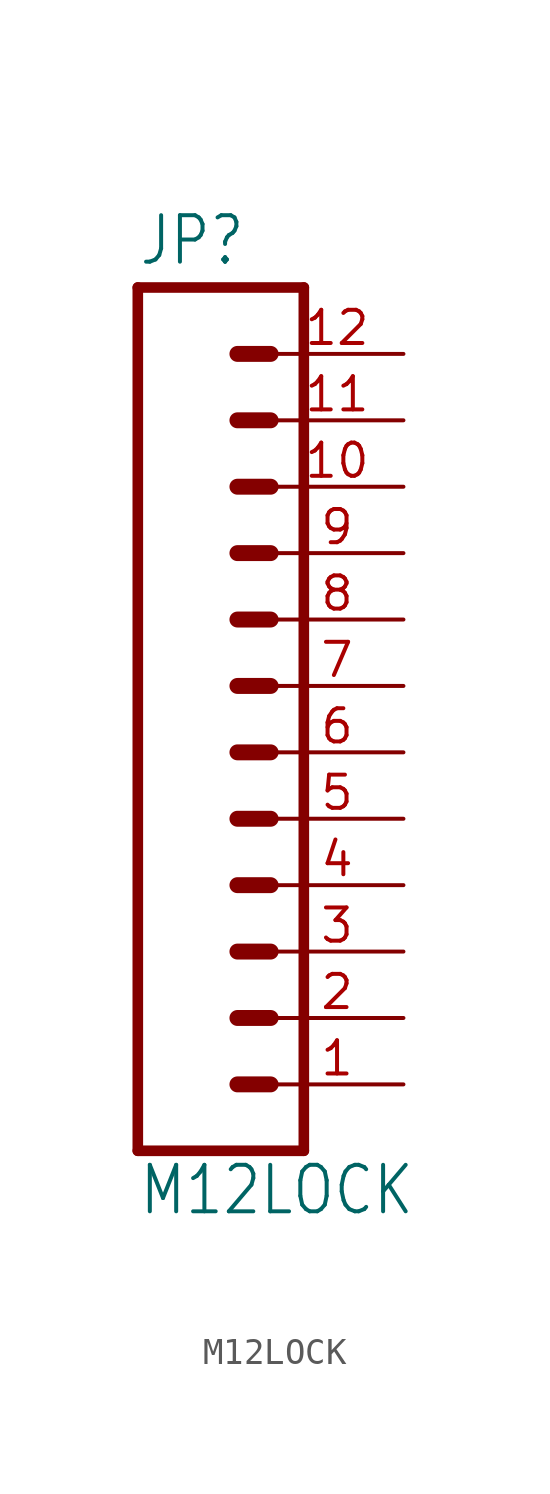
<source format=kicad_sym>
(kicad_symbol_lib
  (version 20211014)
  (generator kicad_symbol_editor)
  (symbol "M12LOCK"
    (property "Reference" "JP"
      (at 0 16.002 0)
      (effects (font (size 1.778 1.511)) (justify left bottom)))
    (property "Value" "M12LOCK"
      (at 0 -20.32 0)
      (effects (font (size 1.778 1.511)) (justify left bottom)))
    (property "ki_locked" ""
      (at 0 0 0)
      (effects (font (size 1.27 1.27))))
    (symbol "M12LOCK_1_0"
      (polyline (pts (xy 0 15.24) (xy 0 -17.78)) (stroke (width 0.406) (type default) (color 0 0 0 0)) (fill (type none)))
      (polyline (pts (xy 0 15.24) (xy 6.35 15.24)) (stroke (width 0.406) (type default) (color 0 0 0 0)) (fill (type none)))
      (polyline (pts (xy 3.81 -15.24) (xy 5.08 -15.24)) (stroke (width 0.61) (type default) (color 0 0 0 0)) (fill (type none)))
      (polyline (pts (xy 3.81 -12.7) (xy 5.08 -12.7)) (stroke (width 0.61) (type default) (color 0 0 0 0)) (fill (type none)))
      (polyline (pts (xy 3.81 -10.16) (xy 5.08 -10.16)) (stroke (width 0.61) (type default) (color 0 0 0 0)) (fill (type none)))
      (polyline (pts (xy 3.81 -7.62) (xy 5.08 -7.62)) (stroke (width 0.61) (type default) (color 0 0 0 0)) (fill (type none)))
      (polyline (pts (xy 3.81 -5.08) (xy 5.08 -5.08)) (stroke (width 0.61) (type default) (color 0 0 0 0)) (fill (type none)))
      (polyline (pts (xy 3.81 -2.54) (xy 5.08 -2.54)) (stroke (width 0.61) (type default) (color 0 0 0 0)) (fill (type none)))
      (polyline (pts (xy 3.81 0) (xy 5.08 0)) (stroke (width 0.61) (type default) (color 0 0 0 0)) (fill (type none)))
      (polyline (pts (xy 3.81 2.54) (xy 5.08 2.54)) (stroke (width 0.61) (type default) (color 0 0 0 0)) (fill (type none)))
      (polyline (pts (xy 3.81 5.08) (xy 5.08 5.08)) (stroke (width 0.61) (type default) (color 0 0 0 0)) (fill (type none)))
      (polyline (pts (xy 3.81 7.62) (xy 5.08 7.62)) (stroke (width 0.61) (type default) (color 0 0 0 0)) (fill (type none)))
      (polyline (pts (xy 3.81 10.16) (xy 5.08 10.16)) (stroke (width 0.61) (type default) (color 0 0 0 0)) (fill (type none)))
      (polyline (pts (xy 3.81 12.7) (xy 5.08 12.7)) (stroke (width 0.61) (type default) (color 0 0 0 0)) (fill (type none)))
      (polyline (pts (xy 6.35 -17.78) (xy 0 -17.78)) (stroke (width 0.406) (type default) (color 0 0 0 0)) (fill (type none)))
      (polyline (pts (xy 6.35 -17.78) (xy 6.35 15.24)) (stroke (width 0.406) (type default) (color 0 0 0 0)) (fill (type none)))
      (pin passive line (at 10.16 -15.24 180) (length 5.08) (name "1" (effects (font (size 0 0)))) (number "1" (effects (font (size 1.27 1.27)))))
      (pin passive line (at 10.16 7.62 180) (length 5.08) (name "10" (effects (font (size 0 0)))) (number "10" (effects (font (size 1.27 1.27)))))
      (pin passive line (at 10.16 10.16 180) (length 5.08) (name "11" (effects (font (size 0 0)))) (number "11" (effects (font (size 1.27 1.27)))))
      (pin passive line (at 10.16 12.7 180) (length 5.08) (name "12" (effects (font (size 0 0)))) (number "12" (effects (font (size 1.27 1.27)))))
      (pin passive line (at 10.16 -12.7 180) (length 5.08) (name "2" (effects (font (size 0 0)))) (number "2" (effects (font (size 1.27 1.27)))))
      (pin passive line (at 10.16 -10.16 180) (length 5.08) (name "3" (effects (font (size 0 0)))) (number "3" (effects (font (size 1.27 1.27)))))
      (pin passive line (at 10.16 -7.62 180) (length 5.08) (name "4" (effects (font (size 0 0)))) (number "4" (effects (font (size 1.27 1.27)))))
      (pin passive line (at 10.16 -5.08 180) (length 5.08) (name "5" (effects (font (size 0 0)))) (number "5" (effects (font (size 1.27 1.27)))))
      (pin passive line (at 10.16 -2.54 180) (length 5.08) (name "6" (effects (font (size 0 0)))) (number "6" (effects (font (size 1.27 1.27)))))
      (pin passive line (at 10.16 0 180) (length 5.08) (name "7" (effects (font (size 0 0)))) (number "7" (effects (font (size 1.27 1.27)))))
      (pin passive line (at 10.16 2.54 180) (length 5.08) (name "8" (effects (font (size 0 0)))) (number "8" (effects (font (size 1.27 1.27)))))
      (pin passive line (at 10.16 5.08 180) (length 5.08) (name "9" (effects (font (size 0 0)))) (number "9" (effects (font (size 1.27 1.27))))))))
</source>
